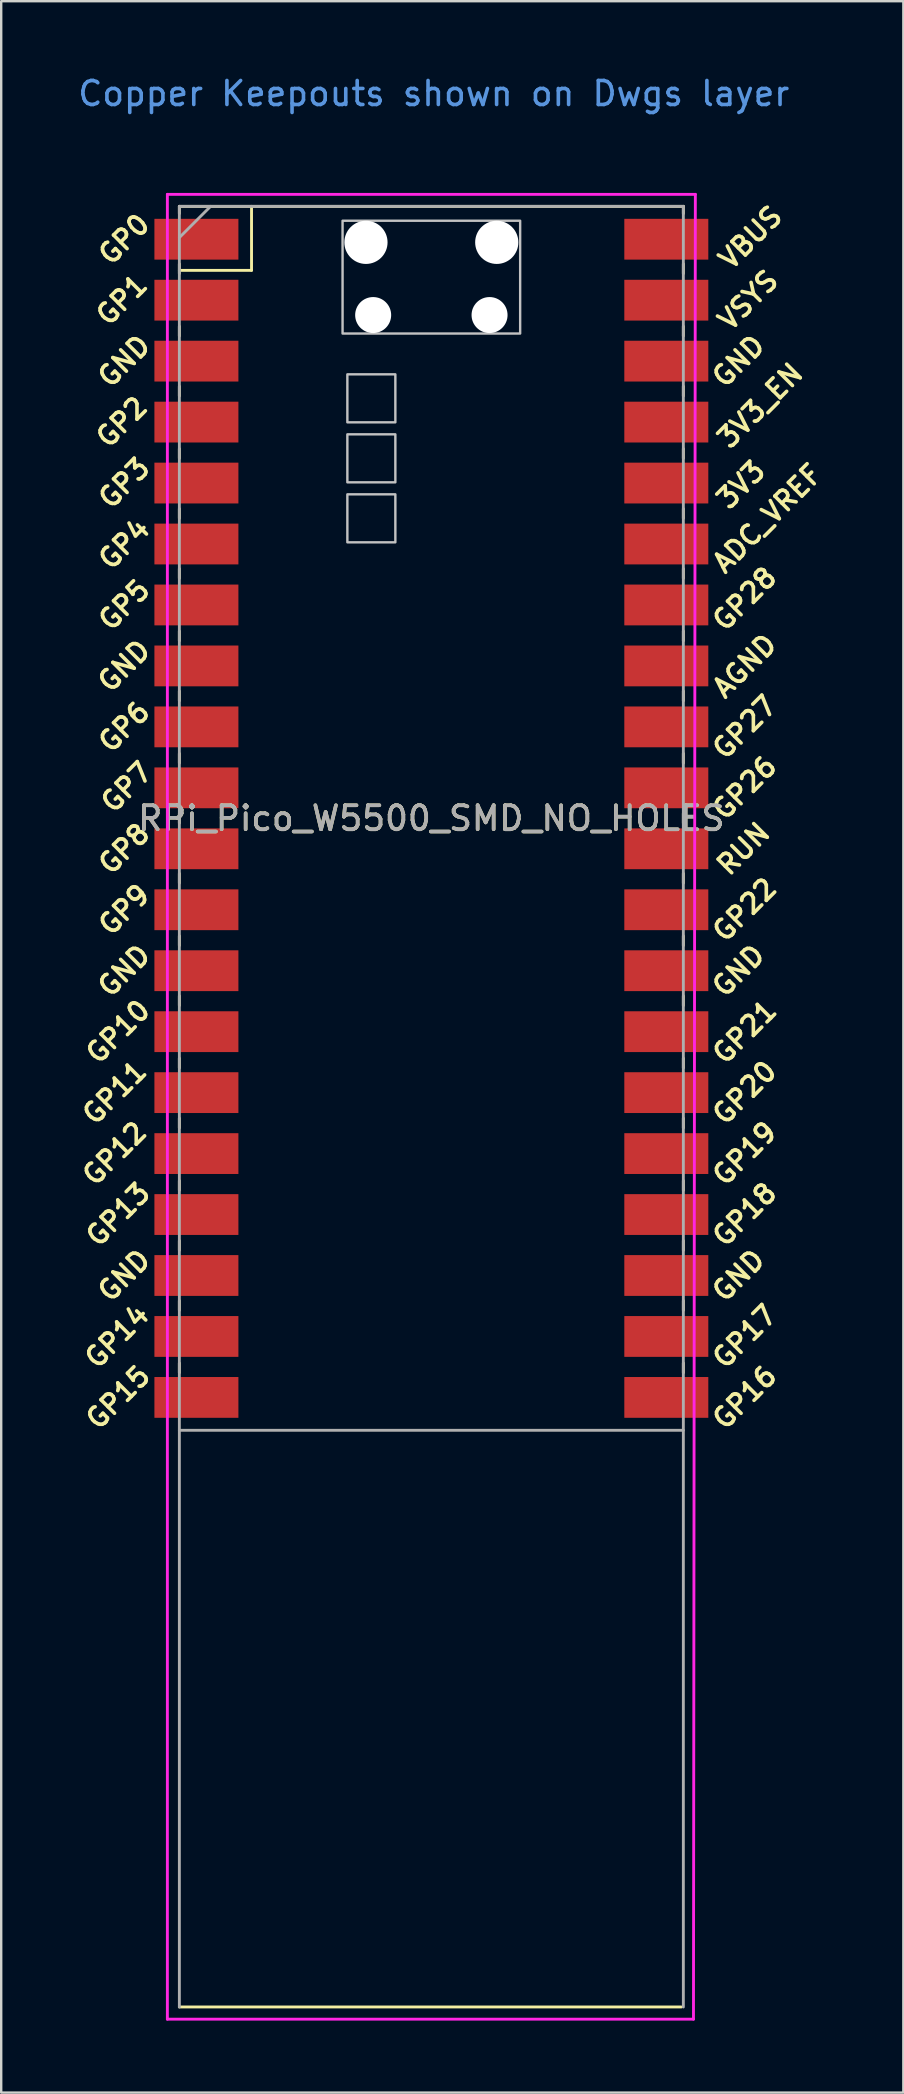
<source format=kicad_pcb>
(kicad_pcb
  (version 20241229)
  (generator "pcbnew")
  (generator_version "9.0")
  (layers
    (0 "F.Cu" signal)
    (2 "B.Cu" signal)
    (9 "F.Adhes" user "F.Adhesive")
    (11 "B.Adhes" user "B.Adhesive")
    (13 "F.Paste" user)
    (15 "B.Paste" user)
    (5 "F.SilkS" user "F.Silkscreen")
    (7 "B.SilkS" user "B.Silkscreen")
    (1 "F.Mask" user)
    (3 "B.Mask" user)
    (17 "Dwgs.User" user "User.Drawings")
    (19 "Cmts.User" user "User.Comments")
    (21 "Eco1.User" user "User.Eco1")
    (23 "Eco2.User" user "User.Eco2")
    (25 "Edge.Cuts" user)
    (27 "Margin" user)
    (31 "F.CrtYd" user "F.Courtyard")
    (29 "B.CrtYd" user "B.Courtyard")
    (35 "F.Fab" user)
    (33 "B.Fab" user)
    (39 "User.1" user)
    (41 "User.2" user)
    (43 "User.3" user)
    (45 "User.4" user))
  (footprint "RPi_Pico_W5500_SMD_NO_HOLES"
    (layer "F.Cu")
    (at 14.924 31.048)
    (property "Reference" "RPi_Pico_W5500_SMD_NO_HOLES" (at 0 0 0) (layer "F.SilkS") (effects (font (size 1 1) (thickness 0.15))))
    (attr through_hole)
    (fp_line (start -10.5 -25.5) (end -10.5 -25.2) (stroke (width 0.12) (type solid)) (layer "F.SilkS"))
    (fp_line (start -10.5 -25.5) (end 10.5 -25.5) (stroke (width 0.12) (type solid)) (layer "F.SilkS"))
    (fp_line (start -10.5 -23.1) (end -10.5 -22.7) (stroke (width 0.12) (type solid)) (layer "F.SilkS"))
    (fp_line (start -10.5 -22.833) (end -7.493 -22.833) (stroke (width 0.12) (type solid)) (layer "F.SilkS"))
    (fp_line (start -10.5 -20.5) (end -10.5 -20.1) (stroke (width 0.12) (type solid)) (layer "F.SilkS"))
    (fp_line (start -10.5 -18) (end -10.5 -17.6) (stroke (width 0.12) (type solid)) (layer "F.SilkS"))
    (fp_line (start -10.5 -15.4) (end -10.5 -15) (stroke (width 0.12) (type solid)) (layer "F.SilkS"))
    (fp_line (start -10.5 -12.9) (end -10.5 -12.5) (stroke (width 0.12) (type solid)) (layer "F.SilkS"))
    (fp_line (start -10.5 -10.4) (end -10.5 -10) (stroke (width 0.12) (type solid)) (layer "F.SilkS"))
    (fp_line (start -10.5 -7.8) (end -10.5 -7.4) (stroke (width 0.12) (type solid)) (layer "F.SilkS"))
    (fp_line (start -10.5 -5.3) (end -10.5 -4.9) (stroke (width 0.12) (type solid)) (layer "F.SilkS"))
    (fp_line (start -10.5 -2.7) (end -10.5 -2.3) (stroke (width 0.12) (type solid)) (layer "F.SilkS"))
    (fp_line (start -10.5 -0.2) (end -10.5 0.2) (stroke (width 0.12) (type solid)) (layer "F.SilkS"))
    (fp_line (start -10.5 2.3) (end -10.5 2.7) (stroke (width 0.12) (type solid)) (layer "F.SilkS"))
    (fp_line (start -10.5 4.9) (end -10.5 5.3) (stroke (width 0.12) (type solid)) (layer "F.SilkS"))
    (fp_line (start -10.5 7.4) (end -10.5 7.8) (stroke (width 0.12) (type solid)) (layer "F.SilkS"))
    (fp_line (start -10.5 10) (end -10.5 10.4) (stroke (width 0.12) (type solid)) (layer "F.SilkS"))
    (fp_line (start -10.5 12.5) (end -10.5 12.9) (stroke (width 0.12) (type solid)) (layer "F.SilkS"))
    (fp_line (start -10.5 15.1) (end -10.5 15.5) (stroke (width 0.12) (type solid)) (layer "F.SilkS"))
    (fp_line (start -10.5 17.6) (end -10.5 18) (stroke (width 0.12) (type solid)) (layer "F.SilkS"))
    (fp_line (start -10.5 20.1) (end -10.5 20.5) (stroke (width 0.12) (type solid)) (layer "F.SilkS"))
    (fp_line (start -10.5 22.7) (end -10.5 23.1) (stroke (width 0.12) (type solid)) (layer "F.SilkS"))
    (fp_line (start -7.493 -22.833) (end -7.493 -25.5) (stroke (width 0.12) (type solid)) (layer "F.SilkS"))
    (fp_line (start 10.414 49.53) (end -10.5 49.53) (stroke (width 0.12) (type solid)) (layer "F.SilkS"))
    (fp_line (start 10.5 -25.5) (end 10.5 -25.2) (stroke (width 0.12) (type solid)) (layer "F.SilkS"))
    (fp_line (start 10.5 -23.1) (end 10.5 -22.7) (stroke (width 0.12) (type solid)) (layer "F.SilkS"))
    (fp_line (start 10.5 -20.5) (end 10.5 -20.1) (stroke (width 0.12) (type solid)) (layer "F.SilkS"))
    (fp_line (start 10.5 -18) (end 10.5 -17.6) (stroke (width 0.12) (type solid)) (layer "F.SilkS"))
    (fp_line (start 10.5 -15.4) (end 10.5 -15) (stroke (width 0.12) (type solid)) (layer "F.SilkS"))
    (fp_line (start 10.5 -12.9) (end 10.5 -12.5) (stroke (width 0.12) (type solid)) (layer "F.SilkS"))
    (fp_line (start 10.5 -10.4) (end 10.5 -10) (stroke (width 0.12) (type solid)) (layer "F.SilkS"))
    (fp_line (start 10.5 -7.8) (end 10.5 -7.4) (stroke (width 0.12) (type solid)) (layer "F.SilkS"))
    (fp_line (start 10.5 -5.3) (end 10.5 -4.9) (stroke (width 0.12) (type solid)) (layer "F.SilkS"))
    (fp_line (start 10.5 -2.7) (end 10.5 -2.3) (stroke (width 0.12) (type solid)) (layer "F.SilkS"))
    (fp_line (start 10.5 -0.2) (end 10.5 0.2) (stroke (width 0.12) (type solid)) (layer "F.SilkS"))
    (fp_line (start 10.5 2.3) (end 10.5 2.7) (stroke (width 0.12) (type solid)) (layer "F.SilkS"))
    (fp_line (start 10.5 4.9) (end 10.5 5.3) (stroke (width 0.12) (type solid)) (layer "F.SilkS"))
    (fp_line (start 10.5 7.4) (end 10.5 7.8) (stroke (width 0.12) (type solid)) (layer "F.SilkS"))
    (fp_line (start 10.5 10) (end 10.5 10.4) (stroke (width 0.12) (type solid)) (layer "F.SilkS"))
    (fp_line (start 10.5 12.5) (end 10.5 12.9) (stroke (width 0.12) (type solid)) (layer "F.SilkS"))
    (fp_line (start 10.5 15.1) (end 10.5 15.5) (stroke (width 0.12) (type solid)) (layer "F.SilkS"))
    (fp_line (start 10.5 17.6) (end 10.5 18) (stroke (width 0.12) (type solid)) (layer "F.SilkS"))
    (fp_line (start 10.5 20.1) (end 10.5 20.5) (stroke (width 0.12) (type solid)) (layer "F.SilkS"))
    (fp_line (start 10.5 22.7) (end 10.5 23.1) (stroke (width 0.12) (type solid)) (layer "F.SilkS"))
    (fp_poly (pts (xy -1.5 -16.5) (xy -3.5 -16.5) (xy -3.5 -18.5) (xy -1.5 -18.5)) (stroke (width 0.1) (type solid)) (fill no) (layer "Dwgs.User"))
    (fp_poly (pts (xy -1.5 -14) (xy -3.5 -14) (xy -3.5 -16) (xy -1.5 -16)) (stroke (width 0.1) (type solid)) (fill no) (layer "Dwgs.User"))
    (fp_poly (pts (xy -1.5 -11.5) (xy -3.5 -11.5) (xy -3.5 -13.5) (xy -1.5 -13.5)) (stroke (width 0.1) (type solid)) (fill no) (layer "Dwgs.User"))
    (fp_poly (pts (xy 3.7 -20.2) (xy -3.7 -20.2) (xy -3.7 -24.9) (xy 3.7 -24.9)) (stroke (width 0.1) (type solid)) (fill no) (layer "Dwgs.User"))
    (fp_line (start -11 -26) (end 11 -26) (stroke (width 0.12) (type solid)) (layer "F.CrtYd"))
    (fp_line (start -11 50.038) (end -11 -26) (stroke (width 0.12) (type solid)) (layer "F.CrtYd"))
    (fp_line (start 10.922 50.038) (end -11 50.038) (stroke (width 0.12) (type solid)) (layer "F.CrtYd"))
    (fp_line (start 11 -26) (end 10.922 50.038) (stroke (width 0.12) (type solid)) (layer "F.CrtYd"))
    (fp_line (start -10.5 -25.5) (end 10.5 -25.5) (stroke (width 0.12) (type solid)) (layer "F.Fab"))
    (fp_line (start -10.5 -24.2) (end -9.2 -25.5) (stroke (width 0.12) (type solid)) (layer "F.Fab"))
    (fp_line (start -10.5 49.53) (end -10.5 -25.5) (stroke (width 0.12) (type solid)) (layer "F.Fab"))
    (fp_line (start 10.5 -25.5) (end 10.5 49.53) (stroke (width 0.12) (type solid)) (layer "F.Fab"))
    (fp_line (start 10.5 25.5) (end -10.5 25.5) (stroke (width 0.12) (type solid)) (layer "F.Fab"))
    (fp_text user "GP18" (at 13.054 16.51 45) (layer "F.SilkS") (effects (font (size 0.8 0.8) (thickness 0.15))))
    (fp_text user "GND" (at -12.8 19.05 45) (layer "F.SilkS") (effects (font (size 0.8 0.8) (thickness 0.15))))
    (fp_text user "GP11" (at -13.2 11.43 45) (layer "F.SilkS") (effects (font (size 0.8 0.8) (thickness 0.15))))
    (fp_text user "RUN" (at 13 1.27 45) (layer "F.SilkS") (effects (font (size 0.8 0.8) (thickness 0.15))))
    (fp_text user "GP5" (at -12.8 -8.89 45) (layer "F.SilkS") (effects (font (size 0.8 0.8) (thickness 0.15))))
    (fp_text user "GP27" (at 13.054 -3.8 45) (layer "F.SilkS") (effects (font (size 0.8 0.8) (thickness 0.15))))
    (fp_text user "VSYS" (at 13.2 -21.59 45) (layer "F.SilkS") (effects (font (size 0.8 0.8) (thickness 0.15))))
    (fp_text user "GP21" (at 13.054 8.9 45) (layer "F.SilkS") (effects (font (size 0.8 0.8) (thickness 0.15))))
    (fp_text user "3V3_EN" (at 13.7 -17.2 45) (layer "F.SilkS") (effects (font (size 0.8 0.8) (thickness 0.15))))
    (fp_text user "GP16" (at 13.054 24.13 45) (layer "F.SilkS") (effects (font (size 0.8 0.8) (thickness 0.15))))
    (fp_text user "GP3" (at -12.8 -13.97 45) (layer "F.SilkS") (effects (font (size 0.8 0.8) (thickness 0.15))))
    (fp_text user "GND" (at 12.8 -19.05 45) (layer "F.SilkS") (effects (font (size 0.8 0.8) (thickness 0.15))))
    (fp_text user "ADC_VREF" (at 14 -12.5 45) (layer "F.SilkS") (effects (font (size 0.8 0.8) (thickness 0.15))))
    (fp_text user "GP17" (at 13.054 21.59 45) (layer "F.SilkS") (effects (font (size 0.8 0.8) (thickness 0.15))))
    (fp_text user "GP19" (at 13.054 13.97 45) (layer "F.SilkS") (effects (font (size 0.8 0.8) (thickness 0.15))))
    (fp_text user "GP0" (at -12.8 -24.13 45) (layer "F.SilkS") (effects (font (size 0.8 0.8) (thickness 0.15))))
    (fp_text user "GP22" (at 13.054 3.81 45) (layer "F.SilkS") (effects (font (size 0.8 0.8) (thickness 0.15))))
    (fp_text user "3V3" (at 12.9 -13.9 45) (layer "F.SilkS") (effects (font (size 0.8 0.8) (thickness 0.15))))
    (fp_text user "GP13" (at -13.054 16.51 45) (layer "F.SilkS") (effects (font (size 0.8 0.8) (thickness 0.15))))
    (fp_text user "AGND" (at 13.054 -6.35 45) (layer "F.SilkS") (effects (font (size 0.8 0.8) (thickness 0.15))))
    (fp_text user "GP15" (at -13.054 24.13 45) (layer "F.SilkS") (effects (font (size 0.8 0.8) (thickness 0.15))))
    (fp_text user "GP4" (at -12.8 -11.43 45) (layer "F.SilkS") (effects (font (size 0.8 0.8) (thickness 0.15))))
    (fp_text user "GP10" (at -13.054 8.89 45) (layer "F.SilkS") (effects (font (size 0.8 0.8) (thickness 0.15))))
    (fp_text user "GP2" (at -12.9 -16.51 45) (layer "F.SilkS") (effects (font (size 0.8 0.8) (thickness 0.15))))
    (fp_text user "GP9" (at -12.8 3.81 45) (layer "F.SilkS") (effects (font (size 0.8 0.8) (thickness 0.15))))
    (fp_text user "GP12" (at -13.2 13.97 45) (layer "F.SilkS") (effects (font (size 0.8 0.8) (thickness 0.15))))
    (fp_text user "GP20" (at 13.054 11.43 45) (layer "F.SilkS") (effects (font (size 0.8 0.8) (thickness 0.15))))
    (fp_text user "GND" (at 12.8 6.35 45) (layer "F.SilkS") (effects (font (size 0.8 0.8) (thickness 0.15))))
    (fp_text user "GND" (at -12.8 6.35 45) (layer "F.SilkS") (effects (font (size 0.8 0.8) (thickness 0.15))))
    (fp_text user "GP7" (at -12.7 -1.3 45) (layer "F.SilkS") (effects (font (size 0.8 0.8) (thickness 0.15))))
    (fp_text user "GND" (at -12.8 -6.35 45) (layer "F.SilkS") (effects (font (size 0.8 0.8) (thickness 0.15))))
    (fp_text user "GND" (at 12.8 19.05 45) (layer "F.SilkS") (effects (font (size 0.8 0.8) (thickness 0.15))))
    (fp_text user "GP14" (at -13.1 21.59 45) (layer "F.SilkS") (effects (font (size 0.8 0.8) (thickness 0.15))))
    (fp_text user "GP8" (at -12.8 1.27 45) (layer "F.SilkS") (effects (font (size 0.8 0.8) (thickness 0.15))))
    (fp_text user "GP28" (at 13.054 -9.144 45) (layer "F.SilkS") (effects (font (size 0.8 0.8) (thickness 0.15))))
    (fp_text user "GND" (at -12.8 -19.05 45) (layer "F.SilkS") (effects (font (size 0.8 0.8) (thickness 0.15))))
    (fp_text user "VBUS" (at 13.3 -24.2 45) (layer "F.SilkS") (effects (font (size 0.8 0.8) (thickness 0.15))))
    (fp_text user "GP26" (at 13.054 -1.27 45) (layer "F.SilkS") (effects (font (size 0.8 0.8) (thickness 0.15))))
    (fp_text user "GP6" (at -12.8 -3.81 45) (layer "F.SilkS") (effects (font (size 0.8 0.8) (thickness 0.15))))
    (fp_text user "GP1" (at -12.9 -21.6 45) (layer "F.SilkS") (effects (font (size 0.8 0.8) (thickness 0.15))))
    (fp_text user "Copper Keepouts shown on Dwgs layer" (at 0.1 -30.2 0) (layer "Cmts.User") (effects (font (size 1 1) (thickness 0.15))))
    (fp_text user "${REFERENCE}" (at 0 0 180) (layer "F.Fab") (effects (font (size 1 1) (thickness 0.15))))
    (pad "" np_thru_hole oval (at -2.725 -24) (size 1.8 1.8) (drill 1.8) (layers "*.Cu" "*.Mask"))
    (pad "" np_thru_hole oval (at -2.425 -20.97) (size 1.5 1.5) (drill 1.5) (layers "*.Cu" "*.Mask"))
    (pad "" np_thru_hole oval (at 2.425 -20.97) (size 1.5 1.5) (drill 1.5) (layers "*.Cu" "*.Mask"))
    (pad "" np_thru_hole oval (at 2.725 -24) (size 1.8 1.8) (drill 1.8) (layers "*.Cu" "*.Mask"))
    (pad "1" smd rect (at -8.89 -24.13) (size 3.5 1.7) (drill (offset -0.9 0)) (layers "F.Cu" "F.Mask"))
    (pad "2" smd rect (at -8.89 -21.59) (size 3.5 1.7) (drill (offset -0.9 0)) (layers "F.Cu" "F.Mask"))
    (pad "3" smd rect (at -8.89 -19.05) (size 3.5 1.7) (drill (offset -0.9 0)) (layers "F.Cu" "F.Mask"))
    (pad "4" smd rect (at -8.89 -16.51) (size 3.5 1.7) (drill (offset -0.9 0)) (layers "F.Cu" "F.Mask"))
    (pad "5" smd rect (at -8.89 -13.97) (size 3.5 1.7) (drill (offset -0.9 0)) (layers "F.Cu" "F.Mask"))
    (pad "6" smd rect (at -8.89 -11.43) (size 3.5 1.7) (drill (offset -0.9 0)) (layers "F.Cu" "F.Mask"))
    (pad "7" smd rect (at -8.89 -8.89) (size 3.5 1.7) (drill (offset -0.9 0)) (layers "F.Cu" "F.Mask"))
    (pad "8" smd rect (at -8.89 -6.35) (size 3.5 1.7) (drill (offset -0.9 0)) (layers "F.Cu" "F.Mask"))
    (pad "9" smd rect (at -8.89 -3.81) (size 3.5 1.7) (drill (offset -0.9 0)) (layers "F.Cu" "F.Mask"))
    (pad "10" smd rect (at -8.89 -1.27) (size 3.5 1.7) (drill (offset -0.9 0)) (layers "F.Cu" "F.Mask"))
    (pad "11" smd rect (at -8.89 1.27) (size 3.5 1.7) (drill (offset -0.9 0)) (layers "F.Cu" "F.Mask"))
    (pad "12" smd rect (at -8.89 3.81) (size 3.5 1.7) (drill (offset -0.9 0)) (layers "F.Cu" "F.Mask"))
    (pad "13" smd rect (at -8.89 6.35) (size 3.5 1.7) (drill (offset -0.9 0)) (layers "F.Cu" "F.Mask"))
    (pad "14" smd rect (at -8.89 8.89) (size 3.5 1.7) (drill (offset -0.9 0)) (layers "F.Cu" "F.Mask"))
    (pad "15" smd rect (at -8.89 11.43) (size 3.5 1.7) (drill (offset -0.9 0)) (layers "F.Cu" "F.Mask"))
    (pad "16" smd rect (at -8.89 13.97) (size 3.5 1.7) (drill (offset -0.9 0)) (layers "F.Cu" "F.Mask"))
    (pad "17" smd rect (at -8.89 16.51) (size 3.5 1.7) (drill (offset -0.9 0)) (layers "F.Cu" "F.Mask"))
    (pad "18" smd rect (at -8.89 19.05) (size 3.5 1.7) (drill (offset -0.9 0)) (layers "F.Cu" "F.Mask"))
    (pad "19" smd rect (at -8.89 21.59) (size 3.5 1.7) (drill (offset -0.9 0)) (layers "F.Cu" "F.Mask"))
    (pad "20" smd rect (at -8.89 24.13) (size 3.5 1.7) (drill (offset -0.9 0)) (layers "F.Cu" "F.Mask"))
    (pad "21" smd rect (at 8.89 24.13) (size 3.5 1.7) (drill (offset 0.9 0)) (layers "F.Cu" "F.Mask"))
    (pad "22" smd rect (at 8.89 21.59) (size 3.5 1.7) (drill (offset 0.9 0)) (layers "F.Cu" "F.Mask"))
    (pad "23" smd rect (at 8.89 19.05) (size 3.5 1.7) (drill (offset 0.9 0)) (layers "F.Cu" "F.Mask"))
    (pad "24" smd rect (at 8.89 16.51) (size 3.5 1.7) (drill (offset 0.9 0)) (layers "F.Cu" "F.Mask"))
    (pad "25" smd rect (at 8.89 13.97) (size 3.5 1.7) (drill (offset 0.9 0)) (layers "F.Cu" "F.Mask"))
    (pad "26" smd rect (at 8.89 11.43) (size 3.5 1.7) (drill (offset 0.9 0)) (layers "F.Cu" "F.Mask"))
    (pad "27" smd rect (at 8.89 8.89) (size 3.5 1.7) (drill (offset 0.9 0)) (layers "F.Cu" "F.Mask"))
    (pad "28" smd rect (at 8.89 6.35) (size 3.5 1.7) (drill (offset 0.9 0)) (layers "F.Cu" "F.Mask"))
    (pad "29" smd rect (at 8.89 3.81) (size 3.5 1.7) (drill (offset 0.9 0)) (layers "F.Cu" "F.Mask"))
    (pad "30" smd rect (at 8.89 1.27) (size 3.5 1.7) (drill (offset 0.9 0)) (layers "F.Cu" "F.Mask"))
    (pad "31" smd rect (at 8.89 -1.27) (size 3.5 1.7) (drill (offset 0.9 0)) (layers "F.Cu" "F.Mask"))
    (pad "32" smd rect (at 8.89 -3.81) (size 3.5 1.7) (drill (offset 0.9 0)) (layers "F.Cu" "F.Mask"))
    (pad "33" smd rect (at 8.89 -6.35) (size 3.5 1.7) (drill (offset 0.9 0)) (layers "F.Cu" "F.Mask"))
    (pad "34" smd rect (at 8.89 -8.89) (size 3.5 1.7) (drill (offset 0.9 0)) (layers "F.Cu" "F.Mask"))
    (pad "35" smd rect (at 8.89 -11.43) (size 3.5 1.7) (drill (offset 0.9 0)) (layers "F.Cu" "F.Mask"))
    (pad "36" smd rect (at 8.89 -13.97) (size 3.5 1.7) (drill (offset 0.9 0)) (layers "F.Cu" "F.Mask"))
    (pad "37" smd rect (at 8.89 -16.51) (size 3.5 1.7) (drill (offset 0.9 0)) (layers "F.Cu" "F.Mask"))
    (pad "38" smd rect (at 8.89 -19.05) (size 3.5 1.7) (drill (offset 0.9 0)) (layers "F.Cu" "F.Mask"))
    (pad "39" smd rect (at 8.89 -21.59) (size 3.5 1.7) (drill (offset 0.9 0)) (layers "F.Cu" "F.Mask"))
    (pad "40" smd rect (at 8.89 -24.13) (size 3.5 1.7) (drill (offset 0.9 0)) (layers "F.Cu" "F.Mask")))
  (gr_rect
    (start -3 -3)
    (end 34.591 84.146)
    (stroke (width 0.1) (type default))
    (fill no)
    (layer "Edge.Cuts")))
</source>
